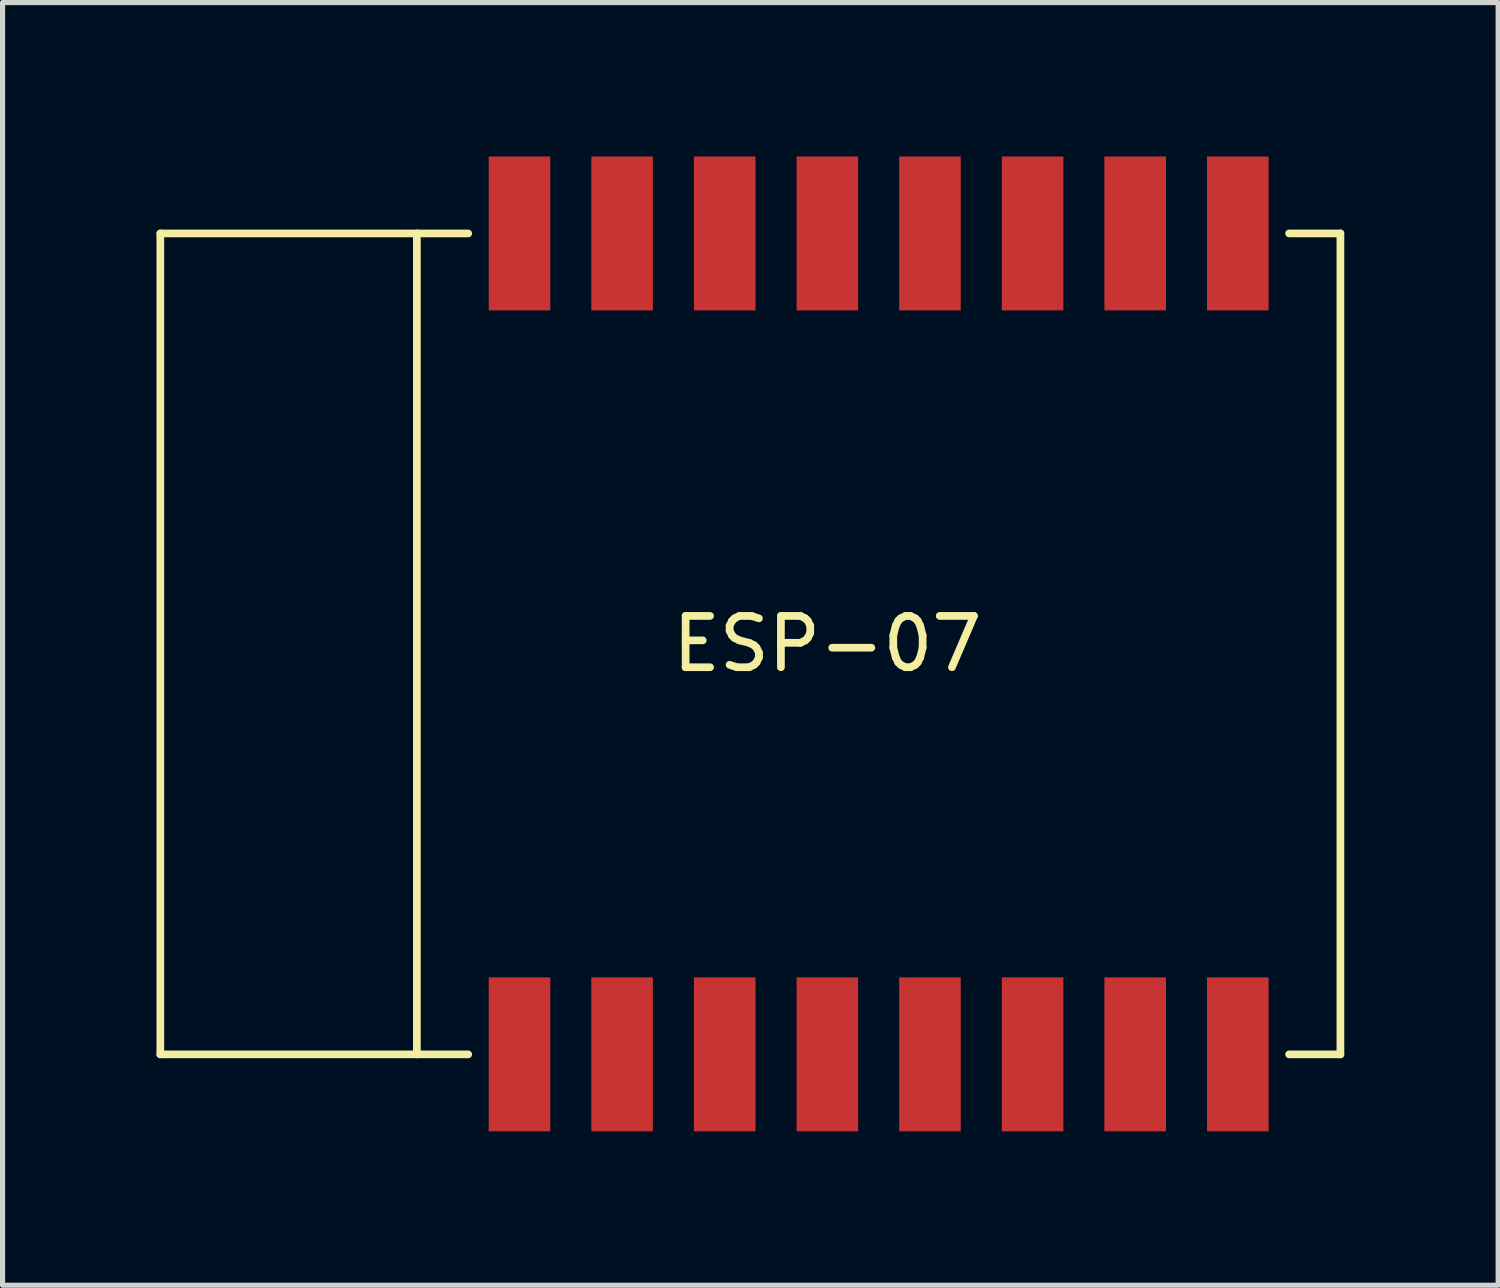
<source format=kicad_pcb>
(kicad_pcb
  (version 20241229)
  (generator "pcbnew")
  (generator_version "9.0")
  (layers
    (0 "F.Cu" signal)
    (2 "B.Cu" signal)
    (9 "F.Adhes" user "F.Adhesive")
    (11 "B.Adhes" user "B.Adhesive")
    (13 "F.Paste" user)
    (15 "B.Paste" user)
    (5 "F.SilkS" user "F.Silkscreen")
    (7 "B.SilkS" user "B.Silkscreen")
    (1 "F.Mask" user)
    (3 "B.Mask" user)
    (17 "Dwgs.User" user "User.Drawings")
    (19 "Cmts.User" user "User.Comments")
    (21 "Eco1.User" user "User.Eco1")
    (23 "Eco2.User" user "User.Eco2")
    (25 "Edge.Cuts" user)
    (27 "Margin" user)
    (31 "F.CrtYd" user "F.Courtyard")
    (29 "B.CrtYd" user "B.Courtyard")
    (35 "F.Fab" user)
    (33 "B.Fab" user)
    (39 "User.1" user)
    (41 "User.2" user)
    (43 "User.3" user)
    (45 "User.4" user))
  (footprint "ESP-07"
    (layer "F.Cu")
    (at 13.075 9.5)
    (property "Reference" "ESP-07" (at 0 0 0) (layer "F.SilkS") (effects (font (size 1 1) (thickness 0.15))))
    (attr through_hole)
    (fp_line (start -13 -8) (end -7 -8) (stroke (width 0.15) (type solid)) (layer "F.SilkS"))
    (fp_line (start -13 8) (end -13 -8) (stroke (width 0.15) (type solid)) (layer "F.SilkS"))
    (fp_line (start -8 -8) (end -8 8) (stroke (width 0.15) (type solid)) (layer "F.SilkS"))
    (fp_line (start -7 8) (end -13 8) (stroke (width 0.15) (type solid)) (layer "F.SilkS"))
    (fp_line (start 9 8) (end 10 8) (stroke (width 0.15) (type solid)) (layer "F.SilkS"))
    (fp_line (start 10 -8) (end 9 -8) (stroke (width 0.15) (type solid)) (layer "F.SilkS"))
    (fp_line (start 10 8) (end 10 -8) (stroke (width 0.15) (type solid)) (layer "F.SilkS"))
    (pad "1" smd rect (at -6 8) (size 1.2 3) (layers "F.Cu" "F.Mask" "F.Paste"))
    (pad "2" smd rect (at -4 8) (size 1.2 3) (layers "F.Cu" "F.Mask" "F.Paste"))
    (pad "3" smd rect (at -2 8) (size 1.2 3) (layers "F.Cu" "F.Mask" "F.Paste"))
    (pad "4" smd rect (at 0 8) (size 1.2 3) (layers "F.Cu" "F.Mask" "F.Paste"))
    (pad "5" smd rect (at 2 8) (size 1.2 3) (layers "F.Cu" "F.Mask" "F.Paste"))
    (pad "6" smd rect (at 4 8) (size 1.2 3) (layers "F.Cu" "F.Mask" "F.Paste"))
    (pad "7" smd rect (at 6 8) (size 1.2 3) (layers "F.Cu" "F.Mask" "F.Paste"))
    (pad "8" smd rect (at 8 8) (size 1.2 3) (layers "F.Cu" "F.Mask" "F.Paste"))
    (pad "9" smd rect (at 8 -8) (size 1.2 3) (layers "F.Cu" "F.Mask" "F.Paste"))
    (pad "10" smd rect (at 6 -8) (size 1.2 3) (layers "F.Cu" "F.Mask" "F.Paste"))
    (pad "11" smd rect (at 4 -8) (size 1.2 3) (layers "F.Cu" "F.Mask" "F.Paste"))
    (pad "12" smd rect (at 2 -8) (size 1.2 3) (layers "F.Cu" "F.Mask" "F.Paste"))
    (pad "13" smd rect (at 0 -8) (size 1.2 3) (layers "F.Cu" "F.Mask" "F.Paste"))
    (pad "14" smd rect (at -2 -8) (size 1.2 3) (layers "F.Cu" "F.Mask" "F.Paste"))
    (pad "15" smd rect (at -4 -8) (size 1.2 3) (layers "F.Cu" "F.Mask" "F.Paste"))
    (pad "16" smd rect (at -6 -8) (size 1.2 3) (layers "F.Cu" "F.Mask" "F.Paste")))
  (gr_rect
    (start -3 -3)
    (end 26.15 22)
    (stroke (width 0.1) (type default))
    (fill no)
    (layer "Edge.Cuts")))
</source>
